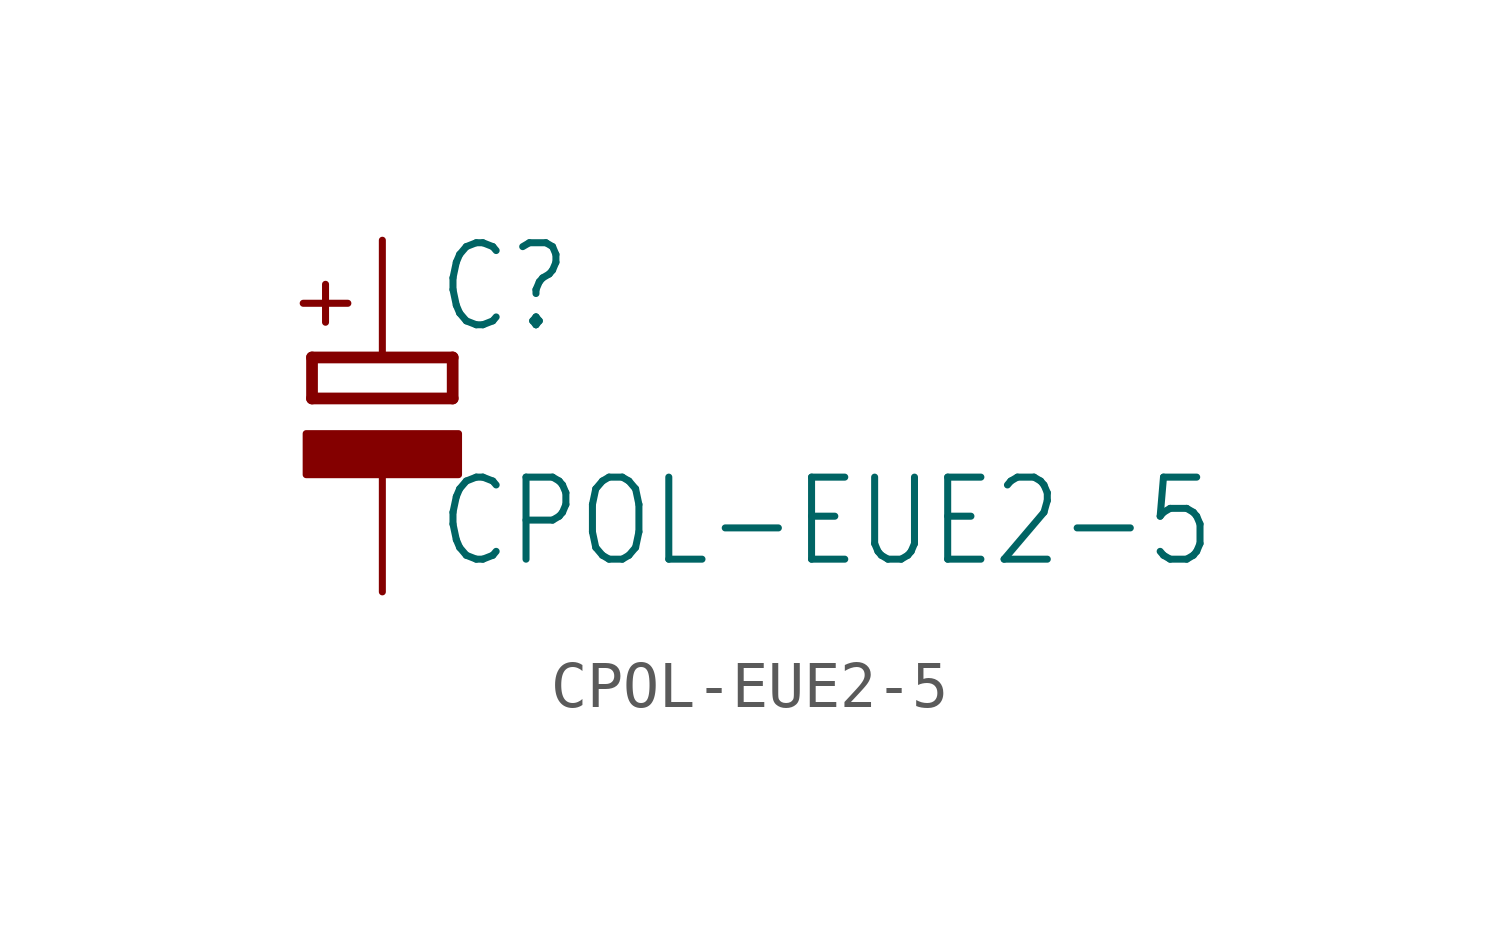
<source format=kicad_sym>
(kicad_symbol_lib
  (version 20210619)
  (generator kicad_symbol_editor)
  (symbol "CPOL-EUE2-5"
    (property "Reference" "C"
      (at 1.143 0.483 0)
      (effects (font (size 1.778 1.511)) (justify left bottom)))
    (property "Value" "CPOL-EUE2-5"
      (at 1.143 -4.597 0)
      (effects (font (size 1.778 1.511)) (justify left bottom)))
    (property "ki_locked" ""
      (at 0 0 0)
      (effects (font (size 1.27 1.27))))
    (symbol "CPOL-EUE2-5_1_0"
      (text "+" (at -0.584 0.406 900) (effects (font (size 1.27 1.079)) (justify left bottom)))
      (rectangle (start -1.651 -2.54) (end 1.651 -1.651) (stroke (width 0)) (fill (type outline)))
      (polyline (pts (xy -1.524 -0.889) (xy 1.524 -0.889)) (stroke (width 0.254)) (fill (type none)))
      (polyline (pts (xy -1.524 0) (xy -1.524 -0.889)) (stroke (width 0.254)) (fill (type none)))
      (polyline (pts (xy -1.524 0) (xy 1.524 0)) (stroke (width 0.254)) (fill (type none)))
      (polyline (pts (xy 1.524 -0.889) (xy 1.524 0)) (stroke (width 0.254)) (fill (type none)))
      (pin passive line (at 0 2.54 270) (length 2.54) (name "+" (effects (font (size 0 0)))) (number "+" (effects (font (size 0 0)))))
      (pin passive line (at 0 -5.08 90) (length 2.54) (name "-" (effects (font (size 0 0)))) (number "-" (effects (font (size 0 0))))))))
</source>
